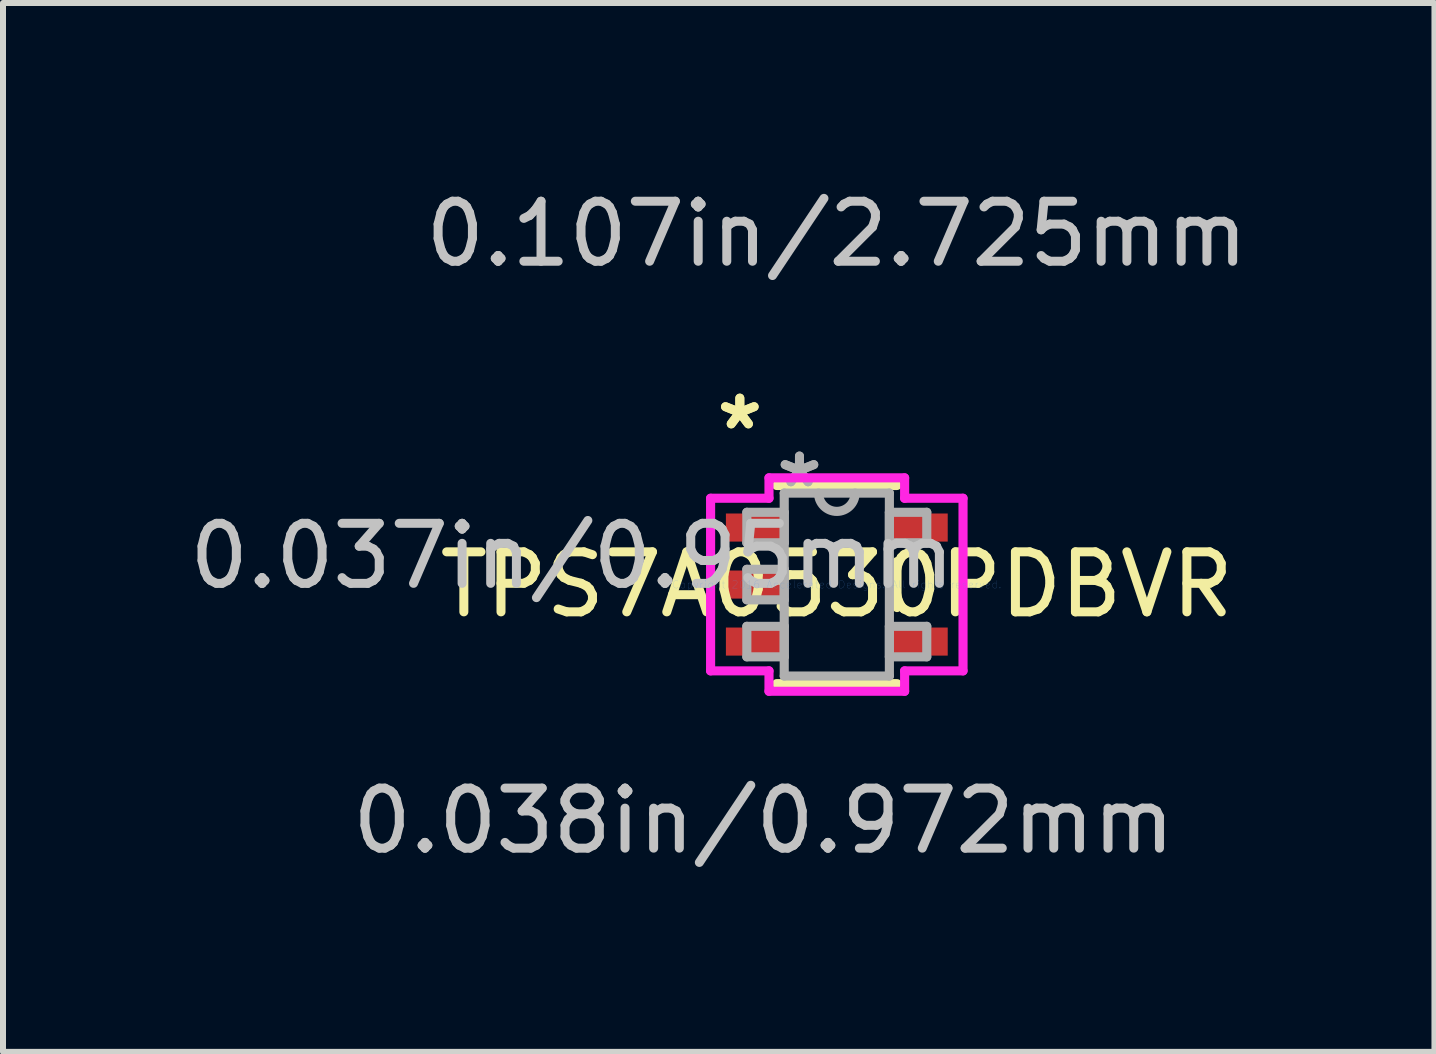
<source format=kicad_pcb>
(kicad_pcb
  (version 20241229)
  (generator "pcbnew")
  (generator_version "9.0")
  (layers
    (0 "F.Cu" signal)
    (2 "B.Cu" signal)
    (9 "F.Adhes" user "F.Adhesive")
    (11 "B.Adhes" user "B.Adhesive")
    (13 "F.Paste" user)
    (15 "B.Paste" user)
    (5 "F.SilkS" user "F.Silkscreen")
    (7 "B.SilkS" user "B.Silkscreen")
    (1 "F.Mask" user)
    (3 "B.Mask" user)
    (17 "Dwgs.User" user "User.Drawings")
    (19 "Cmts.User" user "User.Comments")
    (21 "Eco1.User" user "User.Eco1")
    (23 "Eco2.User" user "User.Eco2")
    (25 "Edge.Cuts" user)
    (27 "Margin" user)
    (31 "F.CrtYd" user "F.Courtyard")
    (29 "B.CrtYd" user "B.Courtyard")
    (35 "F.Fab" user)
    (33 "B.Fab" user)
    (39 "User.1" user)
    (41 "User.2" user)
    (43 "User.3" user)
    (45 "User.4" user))
  (footprint "TPS7A0530PDBVR"
    (layer "F.Cu")
    (at 10.893 6.69)
    (property "Reference" "TPS7A0530PDBVR" (at 0 0 0) (layer "F.SilkS") (effects (font (size 1 1) (thickness 0.15))))
    (attr through_hole)
    (fp_line (start -1.003 1.651) (end 1.003 1.651) (stroke (width 0.152) (type solid)) (layer "F.SilkS"))
    (fp_line (start 1.003 -1.651) (end -1.003 -1.651) (stroke (width 0.152) (type solid)) (layer "F.SilkS"))
    (fp_line (start 1.003 0.383) (end 1.003 -0.383) (stroke (width 0.152) (type solid)) (layer "F.SilkS"))
    (fp_line (start -2.103 -1.438) (end -1.13 -1.438) (stroke (width 0.152) (type solid)) (layer "F.CrtYd"))
    (fp_line (start -2.103 1.438) (end -2.103 -1.438) (stroke (width 0.152) (type solid)) (layer "F.CrtYd"))
    (fp_line (start -1.13 -1.778) (end 1.13 -1.778) (stroke (width 0.152) (type solid)) (layer "F.CrtYd"))
    (fp_line (start -1.13 -1.438) (end -1.13 -1.778) (stroke (width 0.152) (type solid)) (layer "F.CrtYd"))
    (fp_line (start -1.13 1.438) (end -2.103 1.438) (stroke (width 0.152) (type solid)) (layer "F.CrtYd"))
    (fp_line (start -1.13 1.778) (end -1.13 1.438) (stroke (width 0.152) (type solid)) (layer "F.CrtYd"))
    (fp_line (start 1.13 -1.778) (end 1.13 -1.438) (stroke (width 0.152) (type solid)) (layer "F.CrtYd"))
    (fp_line (start 1.13 -1.438) (end 2.103 -1.438) (stroke (width 0.152) (type solid)) (layer "F.CrtYd"))
    (fp_line (start 1.13 1.438) (end 1.13 1.778) (stroke (width 0.152) (type solid)) (layer "F.CrtYd"))
    (fp_line (start 1.13 1.778) (end -1.13 1.778) (stroke (width 0.152) (type solid)) (layer "F.CrtYd"))
    (fp_line (start 2.103 -1.438) (end 2.103 1.438) (stroke (width 0.152) (type solid)) (layer "F.CrtYd"))
    (fp_line (start 2.103 1.438) (end 1.13 1.438) (stroke (width 0.152) (type solid)) (layer "F.CrtYd"))
    (fp_line (start -1.499 -1.204) (end -1.499 -0.696) (stroke (width 0.152) (type solid)) (layer "F.Fab"))
    (fp_line (start -1.499 -0.696) (end -0.876 -0.696) (stroke (width 0.152) (type solid)) (layer "F.Fab"))
    (fp_line (start -1.499 -0.254) (end -1.499 0.254) (stroke (width 0.152) (type solid)) (layer "F.Fab"))
    (fp_line (start -1.499 0.254) (end -0.876 0.254) (stroke (width 0.152) (type solid)) (layer "F.Fab"))
    (fp_line (start -1.499 0.696) (end -1.499 1.204) (stroke (width 0.152) (type solid)) (layer "F.Fab"))
    (fp_line (start -1.499 1.204) (end -0.876 1.204) (stroke (width 0.152) (type solid)) (layer "F.Fab"))
    (fp_line (start -0.876 -1.524) (end -0.876 1.524) (stroke (width 0.152) (type solid)) (layer "F.Fab"))
    (fp_line (start -0.876 -1.204) (end -1.499 -1.204) (stroke (width 0.152) (type solid)) (layer "F.Fab"))
    (fp_line (start -0.876 -0.696) (end -0.876 -1.204) (stroke (width 0.152) (type solid)) (layer "F.Fab"))
    (fp_line (start -0.876 -0.254) (end -1.499 -0.254) (stroke (width 0.152) (type solid)) (layer "F.Fab"))
    (fp_line (start -0.876 0.254) (end -0.876 -0.254) (stroke (width 0.152) (type solid)) (layer "F.Fab"))
    (fp_line (start -0.876 0.696) (end -1.499 0.696) (stroke (width 0.152) (type solid)) (layer "F.Fab"))
    (fp_line (start -0.876 1.204) (end -0.876 0.696) (stroke (width 0.152) (type solid)) (layer "F.Fab"))
    (fp_line (start -0.876 1.524) (end 0.876 1.524) (stroke (width 0.152) (type solid)) (layer "F.Fab"))
    (fp_line (start 0.876 -1.524) (end -0.876 -1.524) (stroke (width 0.152) (type solid)) (layer "F.Fab"))
    (fp_line (start 0.876 -1.204) (end 0.876 -0.696) (stroke (width 0.152) (type solid)) (layer "F.Fab"))
    (fp_line (start 0.876 -0.696) (end 1.499 -0.696) (stroke (width 0.152) (type solid)) (layer "F.Fab"))
    (fp_line (start 0.876 0.696) (end 0.876 1.204) (stroke (width 0.152) (type solid)) (layer "F.Fab"))
    (fp_line (start 0.876 1.204) (end 1.499 1.204) (stroke (width 0.152) (type solid)) (layer "F.Fab"))
    (fp_line (start 0.876 1.524) (end 0.876 -1.524) (stroke (width 0.152) (type solid)) (layer "F.Fab"))
    (fp_line (start 1.499 -1.204) (end 0.876 -1.204) (stroke (width 0.152) (type solid)) (layer "F.Fab"))
    (fp_line (start 1.499 -0.696) (end 1.499 -1.204) (stroke (width 0.152) (type solid)) (layer "F.Fab"))
    (fp_line (start 1.499 0.696) (end 0.876 0.696) (stroke (width 0.152) (type solid)) (layer "F.Fab"))
    (fp_line (start 1.499 1.204) (end 1.499 0.696) (stroke (width 0.152) (type solid)) (layer "F.Fab"))
    (fp_arc (start 0.3048 -1.524) (mid 0 -1.2192) (end -0.3048 -1.524) (stroke (width 0.1524) (type solid)) (layer "F.Fab"))
    (fp_text user "*" (at -1.616 -2.561 0) (layer "F.SilkS") (effects (font (size 1 1) (thickness 0.15))))
    (fp_text user "*" (at -1.616 -2.561 0) (layer "F.SilkS") (effects (font (size 1 1) (thickness 0.15))))
    (fp_text user "0.107in/2.725mm" (at 0 -5.842 0) (layer "Dwgs.User") (effects (font (size 1 1) (thickness 0.15))))
    (fp_text user "0.038in/0.972mm" (at -1.219 3.937 0) (layer "Dwgs.User") (effects (font (size 1 1) (thickness 0.15))))
    (fp_text user "0.037in/0.95mm" (at -4.41 -0.475 0) (layer "Dwgs.User") (effects (font (size 1 1) (thickness 0.15))))
    (fp_text user "Copyright 2016 Accelerated Designs. All rights reserved." (at 0 0 0) (layer "Cmts.User") (effects (font (size 0.127 0.127) (thickness 0.002))))
    (fp_text user "*" (at -0.622 -1.596 0) (layer "F.Fab") (effects (font (size 1 1) (thickness 0.15))))
    (fp_text user "*" (at -0.622 -1.596 0) (layer "F.Fab") (effects (font (size 1 1) (thickness 0.15))))
    (pad "1" smd rect (at -1.362 -0.95) (size 0.972 0.468) (layers "F.Cu" "F.Mask" "F.Paste"))
    (pad "2" smd rect (at -1.362 0) (size 0.972 0.468) (layers "F.Cu" "F.Mask" "F.Paste"))
    (pad "3" smd rect (at -1.362 0.95) (size 0.972 0.468) (layers "F.Cu" "F.Mask" "F.Paste"))
    (pad "4" smd rect (at 1.362 0.95) (size 0.972 0.468) (layers "F.Cu" "F.Mask" "F.Paste"))
    (pad "5" smd rect (at 1.362 -0.95) (size 0.972 0.468) (layers "F.Cu" "F.Mask" "F.Paste")))
  (gr_rect
    (start -3 -3)
    (end 20.851 14.476)
    (stroke (width 0.1) (type default))
    (fill no)
    (layer "Edge.Cuts")))
</source>
